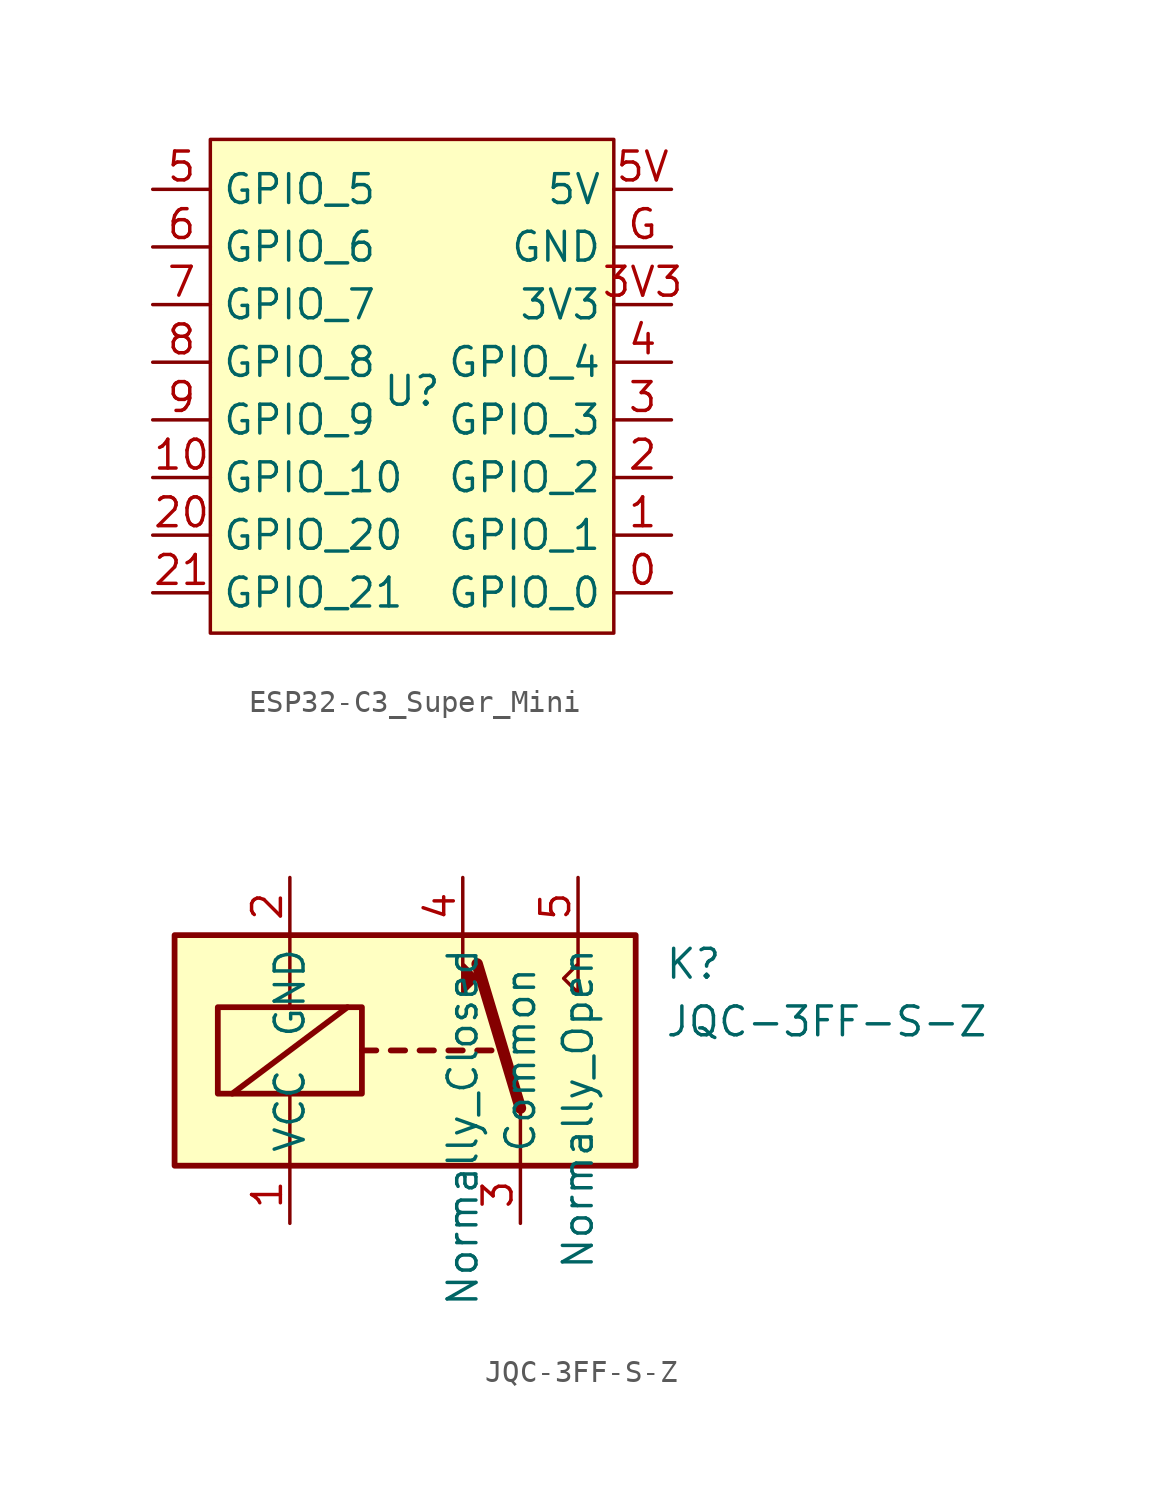
<source format=kicad_sym>
(kicad_symbol_lib
  (version 20231120)
  (generator "kicad_symbol_editor")
  (generator_version "8.0")
  (symbol "ESP32-C3_Super_Mini"
    (property "Reference" "U"
      (at 0 0 0)
      (effects (font (size 1.27 1.27))))
    (property "Value" ""
      (at 0 0 0)
      (effects (font (size 1.27 1.27))))
    (symbol "ESP32-C3_Super_Mini_1_1"
      (rectangle (start -8.89 11.09) (end 8.89 -10.668) (stroke (width 0) (type default)) (fill (type background)))
      (pin bidirectional line (at 11.43 -8.89 180) (length 2.54) (name "GPIO_0" (effects (font (size 1.27 1.27)))) (number "0" (effects (font (size 1.27 1.27)))))
      (pin bidirectional line (at 11.43 -6.35 180) (length 2.54) (name "GPIO_1" (effects (font (size 1.27 1.27)))) (number "1" (effects (font (size 1.27 1.27)))))
      (pin bidirectional line (at -11.43 -3.81 0) (length 2.54) (name "GPIO_10" (effects (font (size 1.27 1.27)))) (number "10" (effects (font (size 1.27 1.27)))))
      (pin bidirectional line (at 11.43 -3.81 180) (length 2.54) (name "GPIO_2" (effects (font (size 1.27 1.27)))) (number "2" (effects (font (size 1.27 1.27)))))
      (pin bidirectional line (at -11.43 -6.35 0) (length 2.54) (name "GPIO_20" (effects (font (size 1.27 1.27)))) (number "20" (effects (font (size 1.27 1.27)))))
      (pin bidirectional line (at -11.43 -8.89 0) (length 2.54) (name "GPIO_21" (effects (font (size 1.27 1.27)))) (number "21" (effects (font (size 1.27 1.27)))))
      (pin bidirectional line (at 11.43 -1.27 180) (length 2.54) (name "GPIO_3" (effects (font (size 1.27 1.27)))) (number "3" (effects (font (size 1.27 1.27)))))
      (pin power_out line (at 11.43 3.81 180) (length 2.54) (name "3V3" (effects (font (size 1.27 1.27)))) (number "3V3" (effects (font (size 1.27 1.27)))))
      (pin bidirectional line (at 11.43 1.27 180) (length 2.54) (name "GPIO_4" (effects (font (size 1.27 1.27)))) (number "4" (effects (font (size 1.27 1.27)))))
      (pin bidirectional line (at -11.43 8.89 0) (length 2.54) (name "GPIO_5" (effects (font (size 1.27 1.27)))) (number "5" (effects (font (size 1.27 1.27)))))
      (pin power_out line (at 11.43 8.89 180) (length 2.54) (name "5V" (effects (font (size 1.27 1.27)))) (number "5V" (effects (font (size 1.27 1.27)))))
      (pin bidirectional line (at -11.43 6.35 0) (length 2.54) (name "GPIO_6" (effects (font (size 1.27 1.27)))) (number "6" (effects (font (size 1.27 1.27)))))
      (pin bidirectional line (at -11.43 3.81 0) (length 2.54) (name "GPIO_7" (effects (font (size 1.27 1.27)))) (number "7" (effects (font (size 1.27 1.27)))))
      (pin bidirectional line (at -11.43 1.27 0) (length 2.54) (name "GPIO_8" (effects (font (size 1.27 1.27)))) (number "8" (effects (font (size 1.27 1.27)))))
      (pin bidirectional line (at -11.43 -1.27 0) (length 2.54) (name "GPIO_9" (effects (font (size 1.27 1.27)))) (number "9" (effects (font (size 1.27 1.27)))))
      (pin passive line (at 11.43 6.35 180) (length 2.54) (name "GND" (effects (font (size 1.27 1.27)))) (number "G" (effects (font (size 1.27 1.27)))))))
  (symbol "JQC-3FF-S-Z"
    (property "Reference" "K"
      (at 11.43 3.81 0)
      (effects (font (size 1.27 1.27)) (justify left)))
    (property "Value" "JQC-3FF-S-Z"
      (at 11.43 1.27 0)
      (effects (font (size 1.27 1.27)) (justify left)))
    (symbol "JQC-3FF-S-Z_0_0"
      (polyline (pts (xy 7.62 5.08) (xy 7.62 2.54) (xy 6.985 3.175) (xy 7.62 3.81)) (stroke (width 0) (type default)) (fill (type none))))
    (symbol "JQC-3FF-S-Z_0_1"
      (rectangle (start -10.16 5.08) (end 10.16 -5.08) (stroke (width 0.254) (type default)) (fill (type background)))
      (rectangle (start -8.255 1.905) (end -1.905 -1.905) (stroke (width 0.254) (type default)) (fill (type none)))
      (polyline (pts (xy -7.62 -1.905) (xy -2.54 1.905)) (stroke (width 0.254) (type default)) (fill (type none)))
      (polyline (pts (xy -5.08 -5.08) (xy -5.08 -1.905)) (stroke (width 0) (type default)) (fill (type none)))
      (polyline (pts (xy -5.08 5.08) (xy -5.08 1.905)) (stroke (width 0) (type default)) (fill (type none)))
      (polyline (pts (xy -1.905 0) (xy -1.27 0)) (stroke (width 0.254) (type default)) (fill (type none)))
      (polyline (pts (xy -0.635 0) (xy 0 0)) (stroke (width 0.254) (type default)) (fill (type none)))
      (polyline (pts (xy 0.635 0) (xy 1.27 0)) (stroke (width 0.254) (type default)) (fill (type none)))
      (polyline (pts (xy 1.905 0) (xy 2.54 0)) (stroke (width 0.254) (type default)) (fill (type none)))
      (polyline (pts (xy 3.175 0) (xy 3.81 0)) (stroke (width 0.254) (type default)) (fill (type none)))
      (polyline (pts (xy 5.08 -2.54) (xy 3.175 3.81)) (stroke (width 0.508) (type default)) (fill (type none)))
      (polyline (pts (xy 5.08 -2.54) (xy 5.08 -5.08)) (stroke (width 0) (type default)) (fill (type none))))
    (symbol "JQC-3FF-S-Z_1_1"
      (polyline (pts (xy 2.54 3.81) (xy 3.175 3.175) (xy 2.54 2.54) (xy 2.54 5.08)) (stroke (width 0) (type default)) (fill (type outline)))
      (pin passive line (at -5.08 -7.62 90) (length 2.54) (name "VCC" (effects (font (size 1.27 1.27)))) (number "1" (effects (font (size 1.27 1.27)))))
      (pin passive line (at -5.08 7.62 270) (length 2.54) (name "GND" (effects (font (size 1.27 1.27)))) (number "2" (effects (font (size 1.27 1.27)))))
      (pin passive line (at 5.08 -7.62 90) (length 2.54) (name "Common" (effects (font (size 1.27 1.27)))) (number "3" (effects (font (size 1.27 1.27)))))
      (pin passive line (at 2.54 7.62 270) (length 2.54) (name "Normally_Closed" (effects (font (size 1.27 1.27)))) (number "4" (effects (font (size 1.27 1.27)))))
      (pin passive line (at 7.62 7.62 270) (length 2.54) (name "Normally_Open" (effects (font (size 1.27 1.27)))) (number "5" (effects (font (size 1.27 1.27))))))))
</source>
